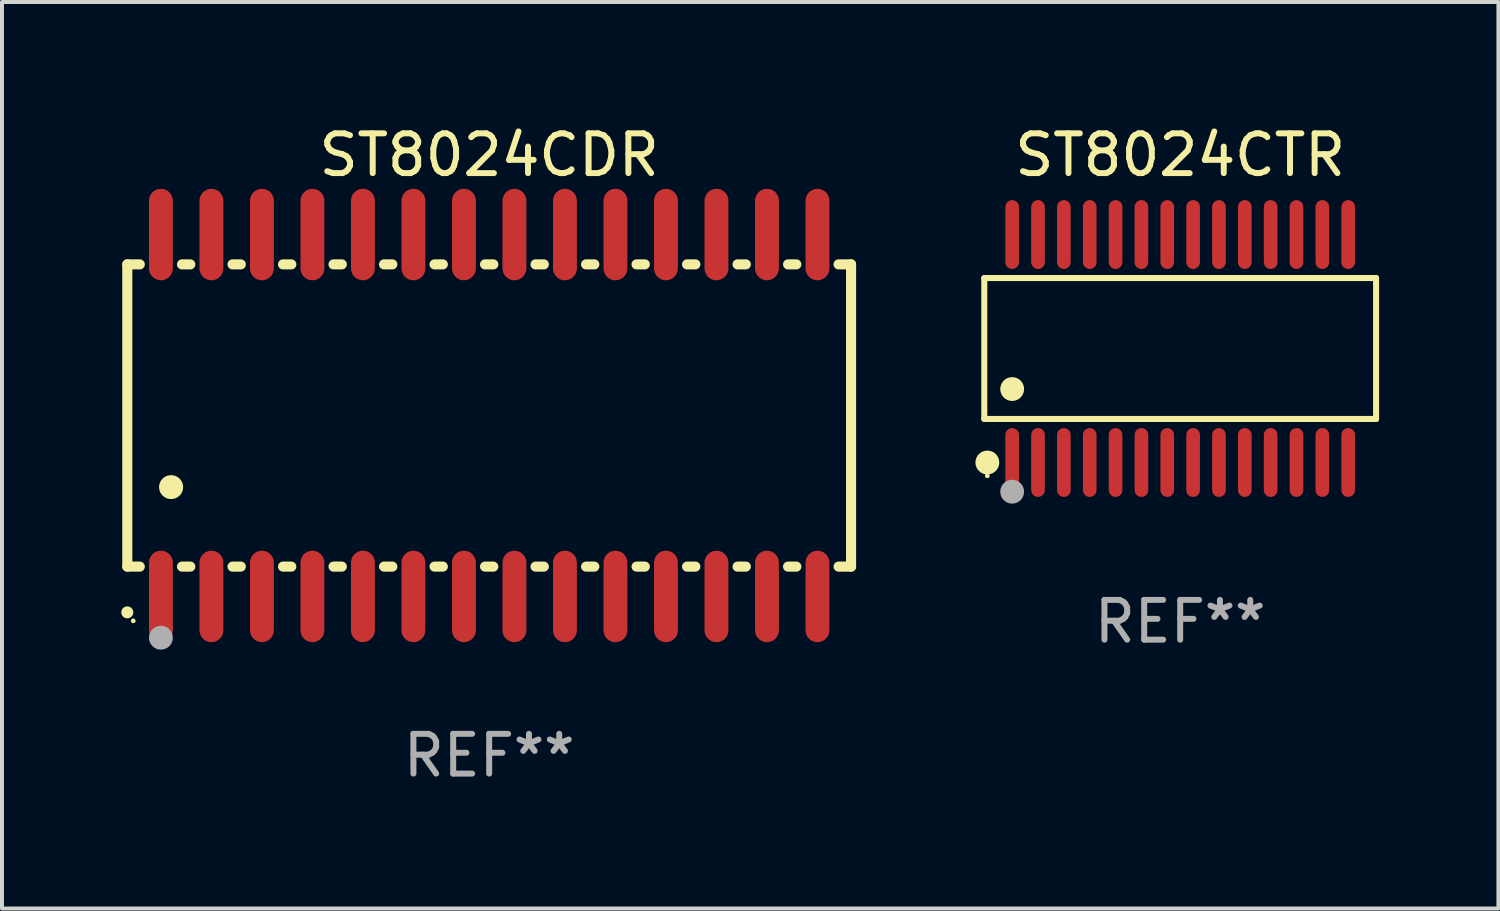
<source format=kicad_pcb>
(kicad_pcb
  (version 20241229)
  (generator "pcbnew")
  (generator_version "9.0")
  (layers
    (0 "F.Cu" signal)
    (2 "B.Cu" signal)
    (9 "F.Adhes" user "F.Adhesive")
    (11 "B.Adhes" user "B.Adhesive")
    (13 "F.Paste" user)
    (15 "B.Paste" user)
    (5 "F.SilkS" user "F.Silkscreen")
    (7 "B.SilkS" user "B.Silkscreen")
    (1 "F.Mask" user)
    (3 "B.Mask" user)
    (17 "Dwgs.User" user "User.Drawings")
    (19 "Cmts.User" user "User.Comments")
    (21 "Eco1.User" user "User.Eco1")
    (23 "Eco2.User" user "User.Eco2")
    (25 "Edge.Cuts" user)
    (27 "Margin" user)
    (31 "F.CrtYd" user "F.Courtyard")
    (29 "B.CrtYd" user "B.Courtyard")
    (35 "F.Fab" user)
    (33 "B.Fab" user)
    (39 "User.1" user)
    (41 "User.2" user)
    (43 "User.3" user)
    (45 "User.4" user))
  (footprint "ST8024CDR"
    (layer "F.Cu")
    (at 9.251 7.398)
    (property "Reference" "ST8024CDR" (at 0 -6.55 0) (layer "F.SilkS") (effects (font (size 1 1) (thickness 0.15))))
    (attr through_hole)
    (fp_line (start -9.1 -3.8) (end -9.1 3.8) (stroke (width 0.254) (type solid)) (layer "F.SilkS"))
    (fp_line (start -9.1 -3.8) (end -8.786 -3.8) (stroke (width 0.254) (type solid)) (layer "F.SilkS"))
    (fp_line (start -9.1 3.8) (end -8.786 3.8) (stroke (width 0.254) (type solid)) (layer "F.SilkS"))
    (fp_line (start -7.724 -3.8) (end -7.516 -3.8) (stroke (width 0.254) (type solid)) (layer "F.SilkS"))
    (fp_line (start -7.724 3.8) (end -7.516 3.8) (stroke (width 0.254) (type solid)) (layer "F.SilkS"))
    (fp_line (start -6.454 -3.8) (end -6.246 -3.8) (stroke (width 0.254) (type solid)) (layer "F.SilkS"))
    (fp_line (start -6.454 3.8) (end -6.246 3.8) (stroke (width 0.254) (type solid)) (layer "F.SilkS"))
    (fp_line (start -5.184 -3.8) (end -4.976 -3.8) (stroke (width 0.254) (type solid)) (layer "F.SilkS"))
    (fp_line (start -5.184 3.8) (end -4.976 3.8) (stroke (width 0.254) (type solid)) (layer "F.SilkS"))
    (fp_line (start -3.914 -3.8) (end -3.706 -3.8) (stroke (width 0.254) (type solid)) (layer "F.SilkS"))
    (fp_line (start -3.914 3.8) (end -3.706 3.8) (stroke (width 0.254) (type solid)) (layer "F.SilkS"))
    (fp_line (start -2.644 -3.8) (end -2.436 -3.8) (stroke (width 0.254) (type solid)) (layer "F.SilkS"))
    (fp_line (start -2.644 3.8) (end -2.436 3.8) (stroke (width 0.254) (type solid)) (layer "F.SilkS"))
    (fp_line (start -1.374 -3.8) (end -1.166 -3.8) (stroke (width 0.254) (type solid)) (layer "F.SilkS"))
    (fp_line (start -1.374 3.8) (end -1.166 3.8) (stroke (width 0.254) (type solid)) (layer "F.SilkS"))
    (fp_line (start -0.104 -3.8) (end 0.104 -3.8) (stroke (width 0.254) (type solid)) (layer "F.SilkS"))
    (fp_line (start -0.104 3.8) (end 0.104 3.8) (stroke (width 0.254) (type solid)) (layer "F.SilkS"))
    (fp_line (start 1.166 -3.8) (end 1.374 -3.8) (stroke (width 0.254) (type solid)) (layer "F.SilkS"))
    (fp_line (start 1.166 3.8) (end 1.374 3.8) (stroke (width 0.254) (type solid)) (layer "F.SilkS"))
    (fp_line (start 2.436 -3.8) (end 2.644 -3.8) (stroke (width 0.254) (type solid)) (layer "F.SilkS"))
    (fp_line (start 2.436 3.8) (end 2.644 3.8) (stroke (width 0.254) (type solid)) (layer "F.SilkS"))
    (fp_line (start 3.706 -3.8) (end 3.914 -3.8) (stroke (width 0.254) (type solid)) (layer "F.SilkS"))
    (fp_line (start 3.706 3.8) (end 3.914 3.8) (stroke (width 0.254) (type solid)) (layer "F.SilkS"))
    (fp_line (start 4.976 -3.8) (end 5.184 -3.8) (stroke (width 0.254) (type solid)) (layer "F.SilkS"))
    (fp_line (start 4.976 3.8) (end 5.184 3.8) (stroke (width 0.254) (type solid)) (layer "F.SilkS"))
    (fp_line (start 6.246 -3.8) (end 6.454 -3.8) (stroke (width 0.254) (type solid)) (layer "F.SilkS"))
    (fp_line (start 6.246 3.8) (end 6.454 3.8) (stroke (width 0.254) (type solid)) (layer "F.SilkS"))
    (fp_line (start 7.516 -3.8) (end 7.724 -3.8) (stroke (width 0.254) (type solid)) (layer "F.SilkS"))
    (fp_line (start 7.516 3.8) (end 7.724 3.8) (stroke (width 0.254) (type solid)) (layer "F.SilkS"))
    (fp_line (start 8.786 -3.8) (end 9.1 -3.8) (stroke (width 0.254) (type solid)) (layer "F.SilkS"))
    (fp_line (start 8.786 3.8) (end 9.1 3.8) (stroke (width 0.254) (type solid)) (layer "F.SilkS"))
    (fp_line (start 9.1 -3.8) (end 9.1 3.8) (stroke (width 0.254) (type solid)) (layer "F.SilkS"))
    (fp_arc (start -9.100864 4.95047) (mid -9.099594 4.950465) (end -9.098324 4.95047) (stroke (width 0.3) (type solid)) (layer "F.SilkS"))
    (fp_arc (start -8.001041 1.800864) (mid -7.998501 1.800853) (end -7.995961 1.800864) (stroke (width 0.6) (type solid)) (layer "F.SilkS"))
    (fp_circle (center -8.95 5.163) (end -8.92 5.163) (stroke (width 0.06) (type solid)) (fill no) (layer "F.SilkS"))
    (fp_circle (center -8.255 5.588) (end -8.105 5.588) (stroke (width 0.3) (type solid)) (fill no) (layer "F.Fab"))
    (fp_text user "REF**" (at 0 8.55 0) (layer "F.Fab") (effects (font (size 1 1) (thickness 0.15))))
    (pad "1" smd oval (at -8.255 4.55 180) (size 0.6 2.3) (layers "F.Cu" "F.Mask" "F.Paste"))
    (pad "2" smd oval (at -6.985 4.55 180) (size 0.6 2.3) (layers "F.Cu" "F.Mask" "F.Paste"))
    (pad "3" smd oval (at -5.715 4.55 180) (size 0.6 2.3) (layers "F.Cu" "F.Mask" "F.Paste"))
    (pad "4" smd oval (at -4.445 4.55 180) (size 0.6 2.3) (layers "F.Cu" "F.Mask" "F.Paste"))
    (pad "5" smd oval (at -3.175 4.55 180) (size 0.6 2.3) (layers "F.Cu" "F.Mask" "F.Paste"))
    (pad "6" smd oval (at -1.905 4.55 180) (size 0.6 2.3) (layers "F.Cu" "F.Mask" "F.Paste"))
    (pad "7" smd oval (at -0.635 4.55 180) (size 0.6 2.3) (layers "F.Cu" "F.Mask" "F.Paste"))
    (pad "8" smd oval (at 0.635 4.55 180) (size 0.6 2.3) (layers "F.Cu" "F.Mask" "F.Paste"))
    (pad "9" smd oval (at 1.905 4.55 180) (size 0.6 2.3) (layers "F.Cu" "F.Mask" "F.Paste"))
    (pad "10" smd oval (at 3.175 4.55 180) (size 0.6 2.3) (layers "F.Cu" "F.Mask" "F.Paste"))
    (pad "11" smd oval (at 4.445 4.55 180) (size 0.6 2.3) (layers "F.Cu" "F.Mask" "F.Paste"))
    (pad "12" smd oval (at 5.715 4.55 180) (size 0.6 2.3) (layers "F.Cu" "F.Mask" "F.Paste"))
    (pad "13" smd oval (at 6.985 4.55 180) (size 0.6 2.3) (layers "F.Cu" "F.Mask" "F.Paste"))
    (pad "14" smd oval (at 8.255 4.55 180) (size 0.6 2.3) (layers "F.Cu" "F.Mask" "F.Paste"))
    (pad "15" smd oval (at 8.255 -4.55 180) (size 0.6 2.3) (layers "F.Cu" "F.Mask" "F.Paste"))
    (pad "16" smd oval (at 6.985 -4.55 180) (size 0.6 2.3) (layers "F.Cu" "F.Mask" "F.Paste"))
    (pad "17" smd oval (at 5.715 -4.55 180) (size 0.6 2.3) (layers "F.Cu" "F.Mask" "F.Paste"))
    (pad "18" smd oval (at 4.445 -4.55 180) (size 0.6 2.3) (layers "F.Cu" "F.Mask" "F.Paste"))
    (pad "19" smd oval (at 3.175 -4.55 180) (size 0.6 2.3) (layers "F.Cu" "F.Mask" "F.Paste"))
    (pad "20" smd oval (at 1.905 -4.55 180) (size 0.6 2.3) (layers "F.Cu" "F.Mask" "F.Paste"))
    (pad "21" smd oval (at 0.635 -4.55 180) (size 0.6 2.3) (layers "F.Cu" "F.Mask" "F.Paste"))
    (pad "22" smd oval (at -0.635 -4.55 180) (size 0.6 2.3) (layers "F.Cu" "F.Mask" "F.Paste"))
    (pad "23" smd oval (at -1.905 -4.55 180) (size 0.6 2.3) (layers "F.Cu" "F.Mask" "F.Paste"))
    (pad "24" smd oval (at -3.175 -4.55 180) (size 0.6 2.3) (layers "F.Cu" "F.Mask" "F.Paste"))
    (pad "25" smd oval (at -4.445 -4.55 180) (size 0.6 2.3) (layers "F.Cu" "F.Mask" "F.Paste"))
    (pad "26" smd oval (at -5.715 -4.55 180) (size 0.6 2.3) (layers "F.Cu" "F.Mask" "F.Paste"))
    (pad "27" smd oval (at -6.985 -4.55 180) (size 0.6 2.3) (layers "F.Cu" "F.Mask" "F.Paste"))
    (pad "28" smd oval (at -8.255 -4.55 180) (size 0.6 2.3) (layers "F.Cu" "F.Mask" "F.Paste")))
  (footprint "ST8024CTR"
    (layer "F.Cu")
    (at 26.627 5.714)
    (property "Reference" "ST8024CTR" (at 0 -4.866 0) (layer "F.SilkS") (effects (font (size 1 1) (thickness 0.15))))
    (attr through_hole)
    (fp_line (start -4.926 -1.772) (end 4.926 -1.772) (stroke (width 0.152) (type solid)) (layer "F.SilkS"))
    (fp_line (start -4.926 1.771) (end -4.926 -1.772) (stroke (width 0.152) (type solid)) (layer "F.SilkS"))
    (fp_line (start 4.926 -1.772) (end 4.926 1.771) (stroke (width 0.152) (type solid)) (layer "F.SilkS"))
    (fp_line (start 4.926 1.771) (end -4.926 1.771) (stroke (width 0.152) (type solid)) (layer "F.SilkS"))
    (fp_circle (center -4.85 3.2) (end -4.82 3.2) (stroke (width 0.06) (type solid)) (fill no) (layer "F.SilkS"))
    (fp_circle (center -4.849 2.866) (end -4.699 2.866) (stroke (width 0.3) (type solid)) (fill no) (layer "F.SilkS"))
    (fp_circle (center -4.225 1.019) (end -4.075 1.019) (stroke (width 0.3) (type solid)) (fill no) (layer "F.SilkS"))
    (fp_circle (center -4.225 3.6) (end -4.075 3.6) (stroke (width 0.3) (type solid)) (fill no) (layer "F.Fab"))
    (fp_text user "REF**" (at 0 6.866 0) (layer "F.Fab") (effects (font (size 1 1) (thickness 0.15))))
    (pad "1" smd oval (at -4.225 2.866) (size 0.343 1.731) (layers "F.Cu" "F.Mask" "F.Paste"))
    (pad "2" smd oval (at -3.575 2.866) (size 0.343 1.731) (layers "F.Cu" "F.Mask" "F.Paste"))
    (pad "3" smd oval (at -2.925 2.866) (size 0.343 1.731) (layers "F.Cu" "F.Mask" "F.Paste"))
    (pad "4" smd oval (at -2.275 2.866) (size 0.343 1.731) (layers "F.Cu" "F.Mask" "F.Paste"))
    (pad "5" smd oval (at -1.625 2.866) (size 0.343 1.731) (layers "F.Cu" "F.Mask" "F.Paste"))
    (pad "6" smd oval (at -0.975 2.866) (size 0.343 1.731) (layers "F.Cu" "F.Mask" "F.Paste"))
    (pad "7" smd oval (at -0.325 2.866) (size 0.343 1.731) (layers "F.Cu" "F.Mask" "F.Paste"))
    (pad "8" smd oval (at 0.325 2.866) (size 0.343 1.731) (layers "F.Cu" "F.Mask" "F.Paste"))
    (pad "9" smd oval (at 0.975 2.866) (size 0.343 1.731) (layers "F.Cu" "F.Mask" "F.Paste"))
    (pad "10" smd oval (at 1.625 2.866) (size 0.343 1.731) (layers "F.Cu" "F.Mask" "F.Paste"))
    (pad "11" smd oval (at 2.275 2.866) (size 0.343 1.731) (layers "F.Cu" "F.Mask" "F.Paste"))
    (pad "12" smd oval (at 2.925 2.866) (size 0.343 1.731) (layers "F.Cu" "F.Mask" "F.Paste"))
    (pad "13" smd oval (at 3.575 2.866) (size 0.343 1.731) (layers "F.Cu" "F.Mask" "F.Paste"))
    (pad "14" smd oval (at 4.225 2.866) (size 0.343 1.731) (layers "F.Cu" "F.Mask" "F.Paste"))
    (pad "15" smd oval (at 4.225 -2.866) (size 0.343 1.731) (layers "F.Cu" "F.Mask" "F.Paste"))
    (pad "16" smd oval (at 3.575 -2.866) (size 0.343 1.731) (layers "F.Cu" "F.Mask" "F.Paste"))
    (pad "17" smd oval (at 2.925 -2.866) (size 0.343 1.731) (layers "F.Cu" "F.Mask" "F.Paste"))
    (pad "18" smd oval (at 2.275 -2.866) (size 0.343 1.731) (layers "F.Cu" "F.Mask" "F.Paste"))
    (pad "19" smd oval (at 1.625 -2.866) (size 0.343 1.731) (layers "F.Cu" "F.Mask" "F.Paste"))
    (pad "20" smd oval (at 0.975 -2.866) (size 0.343 1.731) (layers "F.Cu" "F.Mask" "F.Paste"))
    (pad "21" smd oval (at 0.325 -2.866) (size 0.343 1.731) (layers "F.Cu" "F.Mask" "F.Paste"))
    (pad "22" smd oval (at -0.325 -2.866) (size 0.343 1.731) (layers "F.Cu" "F.Mask" "F.Paste"))
    (pad "23" smd oval (at -0.975 -2.866) (size 0.343 1.731) (layers "F.Cu" "F.Mask" "F.Paste"))
    (pad "24" smd oval (at -1.625 -2.866) (size 0.343 1.731) (layers "F.Cu" "F.Mask" "F.Paste"))
    (pad "25" smd oval (at -2.275 -2.866) (size 0.343 1.731) (layers "F.Cu" "F.Mask" "F.Paste"))
    (pad "26" smd oval (at -2.925 -2.866) (size 0.343 1.731) (layers "F.Cu" "F.Mask" "F.Paste"))
    (pad "27" smd oval (at -3.575 -2.866) (size 0.343 1.731) (layers "F.Cu" "F.Mask" "F.Paste"))
    (pad "28" smd oval (at -4.225 -2.866) (size 0.343 1.731) (layers "F.Cu" "F.Mask" "F.Paste")))
  (gr_rect
    (start -3 -3)
    (end 34.629 19.796)
    (stroke (width 0.1) (type default))
    (fill no)
    (layer "Edge.Cuts")))
</source>
